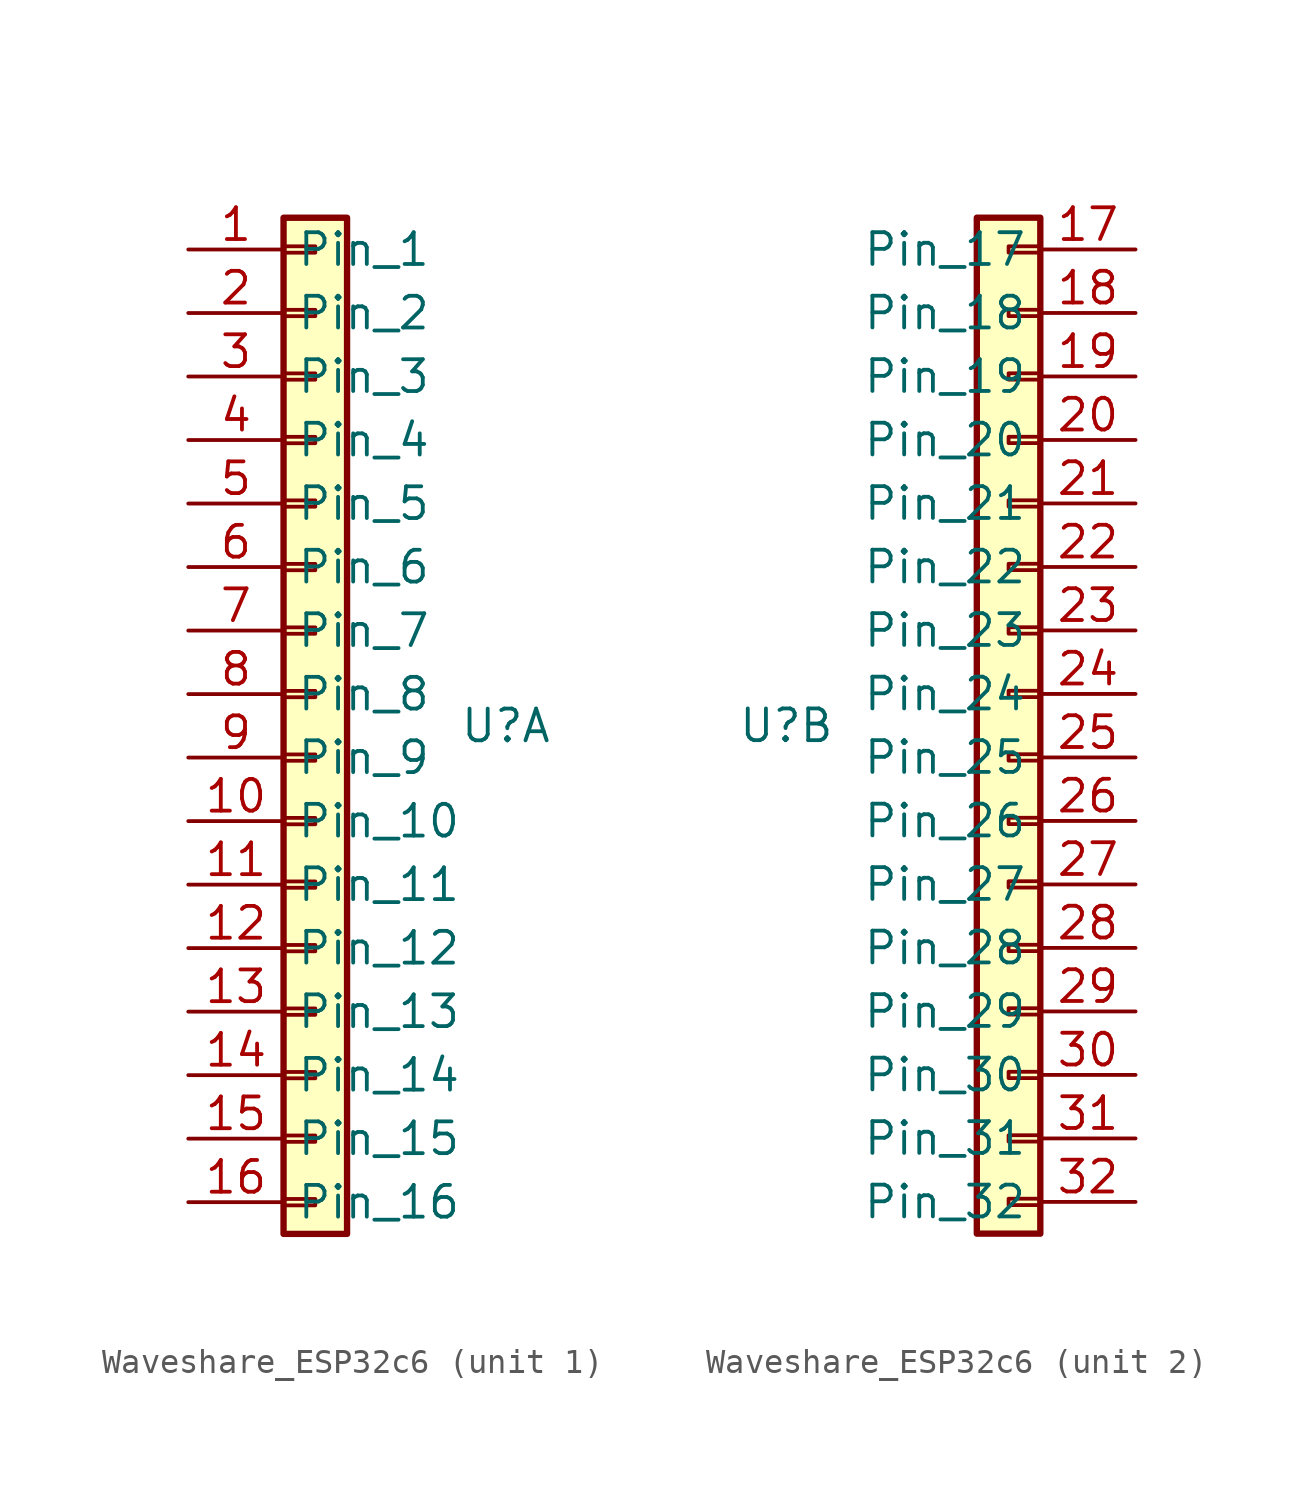
<source format=kicad_sym>
(kicad_symbol_lib
  (version 20241209)
  (generator "kicad_symbol_editor")
  (generator_version "9.0")
  (symbol "Waveshare_ESP32c6"
    (property "Reference" "U"
      (at 0 0 0)
      (effects (font (size 1.27 1.27))))
    (property "Value" ""
      (at 0 0 0)
      (effects (font (size 1.27 1.27))))
    (symbol "Waveshare_ESP32c6_1_1"
      (rectangle (start -8.89 20.32) (end -6.35 -20.32) (stroke (width 0.254) (type default)) (fill (type background)))
      (rectangle (start -8.89 19.177) (end -7.62 18.923) (stroke (width 0.152) (type default)) (fill (type none)))
      (rectangle (start -8.89 16.637) (end -7.62 16.383) (stroke (width 0.152) (type default)) (fill (type none)))
      (rectangle (start -8.89 14.097) (end -7.62 13.843) (stroke (width 0.152) (type default)) (fill (type none)))
      (rectangle (start -8.89 11.557) (end -7.62 11.303) (stroke (width 0.152) (type default)) (fill (type none)))
      (rectangle (start -8.89 9.017) (end -7.62 8.763) (stroke (width 0.152) (type default)) (fill (type none)))
      (rectangle (start -8.89 6.477) (end -7.62 6.223) (stroke (width 0.152) (type default)) (fill (type none)))
      (rectangle (start -8.89 3.937) (end -7.62 3.683) (stroke (width 0.152) (type default)) (fill (type none)))
      (rectangle (start -8.89 1.397) (end -7.62 1.143) (stroke (width 0.152) (type default)) (fill (type none)))
      (rectangle (start -8.89 -1.143) (end -7.62 -1.397) (stroke (width 0.152) (type default)) (fill (type none)))
      (rectangle (start -8.89 -3.683) (end -7.62 -3.937) (stroke (width 0.152) (type default)) (fill (type none)))
      (rectangle (start -8.89 -6.223) (end -7.62 -6.477) (stroke (width 0.152) (type default)) (fill (type none)))
      (rectangle (start -8.89 -8.763) (end -7.62 -9.017) (stroke (width 0.152) (type default)) (fill (type none)))
      (rectangle (start -8.89 -11.303) (end -7.62 -11.557) (stroke (width 0.152) (type default)) (fill (type none)))
      (rectangle (start -8.89 -13.843) (end -7.62 -14.097) (stroke (width 0.152) (type default)) (fill (type none)))
      (rectangle (start -8.89 -16.383) (end -7.62 -16.637) (stroke (width 0.152) (type default)) (fill (type none)))
      (rectangle (start -8.89 -18.923) (end -7.62 -19.177) (stroke (width 0.152) (type default)) (fill (type none)))
      (pin passive line (at -12.7 19.05 0) (length 3.81) (name "Pin_1" (effects (font (size 1.27 1.27)))) (number "1" (effects (font (size 1.27 1.27)))))
      (pin passive line (at -12.7 16.51 0) (length 3.81) (name "Pin_2" (effects (font (size 1.27 1.27)))) (number "2" (effects (font (size 1.27 1.27)))))
      (pin passive line (at -12.7 13.97 0) (length 3.81) (name "Pin_3" (effects (font (size 1.27 1.27)))) (number "3" (effects (font (size 1.27 1.27)))))
      (pin passive line (at -12.7 11.43 0) (length 3.81) (name "Pin_4" (effects (font (size 1.27 1.27)))) (number "4" (effects (font (size 1.27 1.27)))))
      (pin passive line (at -12.7 8.89 0) (length 3.81) (name "Pin_5" (effects (font (size 1.27 1.27)))) (number "5" (effects (font (size 1.27 1.27)))))
      (pin passive line (at -12.7 6.35 0) (length 3.81) (name "Pin_6" (effects (font (size 1.27 1.27)))) (number "6" (effects (font (size 1.27 1.27)))))
      (pin passive line (at -12.7 3.81 0) (length 3.81) (name "Pin_7" (effects (font (size 1.27 1.27)))) (number "7" (effects (font (size 1.27 1.27)))))
      (pin passive line (at -12.7 1.27 0) (length 3.81) (name "Pin_8" (effects (font (size 1.27 1.27)))) (number "8" (effects (font (size 1.27 1.27)))))
      (pin passive line (at -12.7 -1.27 0) (length 3.81) (name "Pin_9" (effects (font (size 1.27 1.27)))) (number "9" (effects (font (size 1.27 1.27)))))
      (pin passive line (at -12.7 -3.81 0) (length 3.81) (name "Pin_10" (effects (font (size 1.27 1.27)))) (number "10" (effects (font (size 1.27 1.27)))))
      (pin passive line (at -12.7 -6.35 0) (length 3.81) (name "Pin_11" (effects (font (size 1.27 1.27)))) (number "11" (effects (font (size 1.27 1.27)))))
      (pin passive line (at -12.7 -8.89 0) (length 3.81) (name "Pin_12" (effects (font (size 1.27 1.27)))) (number "12" (effects (font (size 1.27 1.27)))))
      (pin passive line (at -12.7 -11.43 0) (length 3.81) (name "Pin_13" (effects (font (size 1.27 1.27)))) (number "13" (effects (font (size 1.27 1.27)))))
      (pin passive line (at -12.7 -13.97 0) (length 3.81) (name "Pin_14" (effects (font (size 1.27 1.27)))) (number "14" (effects (font (size 1.27 1.27)))))
      (pin passive line (at -12.7 -16.51 0) (length 3.81) (name "Pin_15" (effects (font (size 1.27 1.27)))) (number "15" (effects (font (size 1.27 1.27)))))
      (pin passive line (at -12.7 -19.05 0) (length 3.81) (name "Pin_16" (effects (font (size 1.27 1.27)))) (number "16" (effects (font (size 1.27 1.27))))))
    (symbol "Waveshare_ESP32c6_2_1"
      (rectangle (start 10.16 20.32) (end 7.62 -20.32) (stroke (width 0.254) (type default)) (fill (type background)))
      (rectangle (start 10.16 19.177) (end 8.89 18.923) (stroke (width 0.152) (type default)) (fill (type none)))
      (rectangle (start 10.16 16.637) (end 8.89 16.383) (stroke (width 0.152) (type default)) (fill (type none)))
      (rectangle (start 10.16 14.097) (end 8.89 13.843) (stroke (width 0.152) (type default)) (fill (type none)))
      (rectangle (start 10.16 11.557) (end 8.89 11.303) (stroke (width 0.152) (type default)) (fill (type none)))
      (rectangle (start 10.16 9.017) (end 8.89 8.763) (stroke (width 0.152) (type default)) (fill (type none)))
      (rectangle (start 10.16 6.477) (end 8.89 6.223) (stroke (width 0.152) (type default)) (fill (type none)))
      (rectangle (start 10.16 3.937) (end 8.89 3.683) (stroke (width 0.152) (type default)) (fill (type none)))
      (rectangle (start 10.16 1.397) (end 8.89 1.143) (stroke (width 0.152) (type default)) (fill (type none)))
      (rectangle (start 10.16 -1.143) (end 8.89 -1.397) (stroke (width 0.152) (type default)) (fill (type none)))
      (rectangle (start 10.16 -3.683) (end 8.89 -3.937) (stroke (width 0.152) (type default)) (fill (type none)))
      (rectangle (start 10.16 -6.223) (end 8.89 -6.477) (stroke (width 0.152) (type default)) (fill (type none)))
      (rectangle (start 10.16 -8.763) (end 8.89 -9.017) (stroke (width 0.152) (type default)) (fill (type none)))
      (rectangle (start 10.16 -11.303) (end 8.89 -11.557) (stroke (width 0.152) (type default)) (fill (type none)))
      (rectangle (start 10.16 -13.843) (end 8.89 -14.097) (stroke (width 0.152) (type default)) (fill (type none)))
      (rectangle (start 10.16 -16.383) (end 8.89 -16.637) (stroke (width 0.152) (type default)) (fill (type none)))
      (rectangle (start 10.16 -18.923) (end 8.89 -19.177) (stroke (width 0.152) (type default)) (fill (type none)))
      (pin passive line (at 13.97 19.05 180) (length 3.81) (name "Pin_17" (effects (font (size 1.27 1.27)))) (number "17" (effects (font (size 1.27 1.27)))))
      (pin passive line (at 13.97 16.51 180) (length 3.81) (name "Pin_18" (effects (font (size 1.27 1.27)))) (number "18" (effects (font (size 1.27 1.27)))))
      (pin passive line (at 13.97 13.97 180) (length 3.81) (name "Pin_19" (effects (font (size 1.27 1.27)))) (number "19" (effects (font (size 1.27 1.27)))))
      (pin passive line (at 13.97 11.43 180) (length 3.81) (name "Pin_20" (effects (font (size 1.27 1.27)))) (number "20" (effects (font (size 1.27 1.27)))))
      (pin passive line (at 13.97 8.89 180) (length 3.81) (name "Pin_21" (effects (font (size 1.27 1.27)))) (number "21" (effects (font (size 1.27 1.27)))))
      (pin passive line (at 13.97 6.35 180) (length 3.81) (name "Pin_22" (effects (font (size 1.27 1.27)))) (number "22" (effects (font (size 1.27 1.27)))))
      (pin passive line (at 13.97 3.81 180) (length 3.81) (name "Pin_23" (effects (font (size 1.27 1.27)))) (number "23" (effects (font (size 1.27 1.27)))))
      (pin passive line (at 13.97 1.27 180) (length 3.81) (name "Pin_24" (effects (font (size 1.27 1.27)))) (number "24" (effects (font (size 1.27 1.27)))))
      (pin passive line (at 13.97 -1.27 180) (length 3.81) (name "Pin_25" (effects (font (size 1.27 1.27)))) (number "25" (effects (font (size 1.27 1.27)))))
      (pin passive line (at 13.97 -3.81 180) (length 3.81) (name "Pin_26" (effects (font (size 1.27 1.27)))) (number "26" (effects (font (size 1.27 1.27)))))
      (pin passive line (at 13.97 -6.35 180) (length 3.81) (name "Pin_27" (effects (font (size 1.27 1.27)))) (number "27" (effects (font (size 1.27 1.27)))))
      (pin passive line (at 13.97 -8.89 180) (length 3.81) (name "Pin_28" (effects (font (size 1.27 1.27)))) (number "28" (effects (font (size 1.27 1.27)))))
      (pin passive line (at 13.97 -11.43 180) (length 3.81) (name "Pin_29" (effects (font (size 1.27 1.27)))) (number "29" (effects (font (size 1.27 1.27)))))
      (pin passive line (at 13.97 -13.97 180) (length 3.81) (name "Pin_30" (effects (font (size 1.27 1.27)))) (number "30" (effects (font (size 1.27 1.27)))))
      (pin passive line (at 13.97 -16.51 180) (length 3.81) (name "Pin_31" (effects (font (size 1.27 1.27)))) (number "31" (effects (font (size 1.27 1.27)))))
      (pin passive line (at 13.97 -19.05 180) (length 3.81) (name "Pin_32" (effects (font (size 1.27 1.27)))) (number "32" (effects (font (size 1.27 1.27))))))))
</source>
